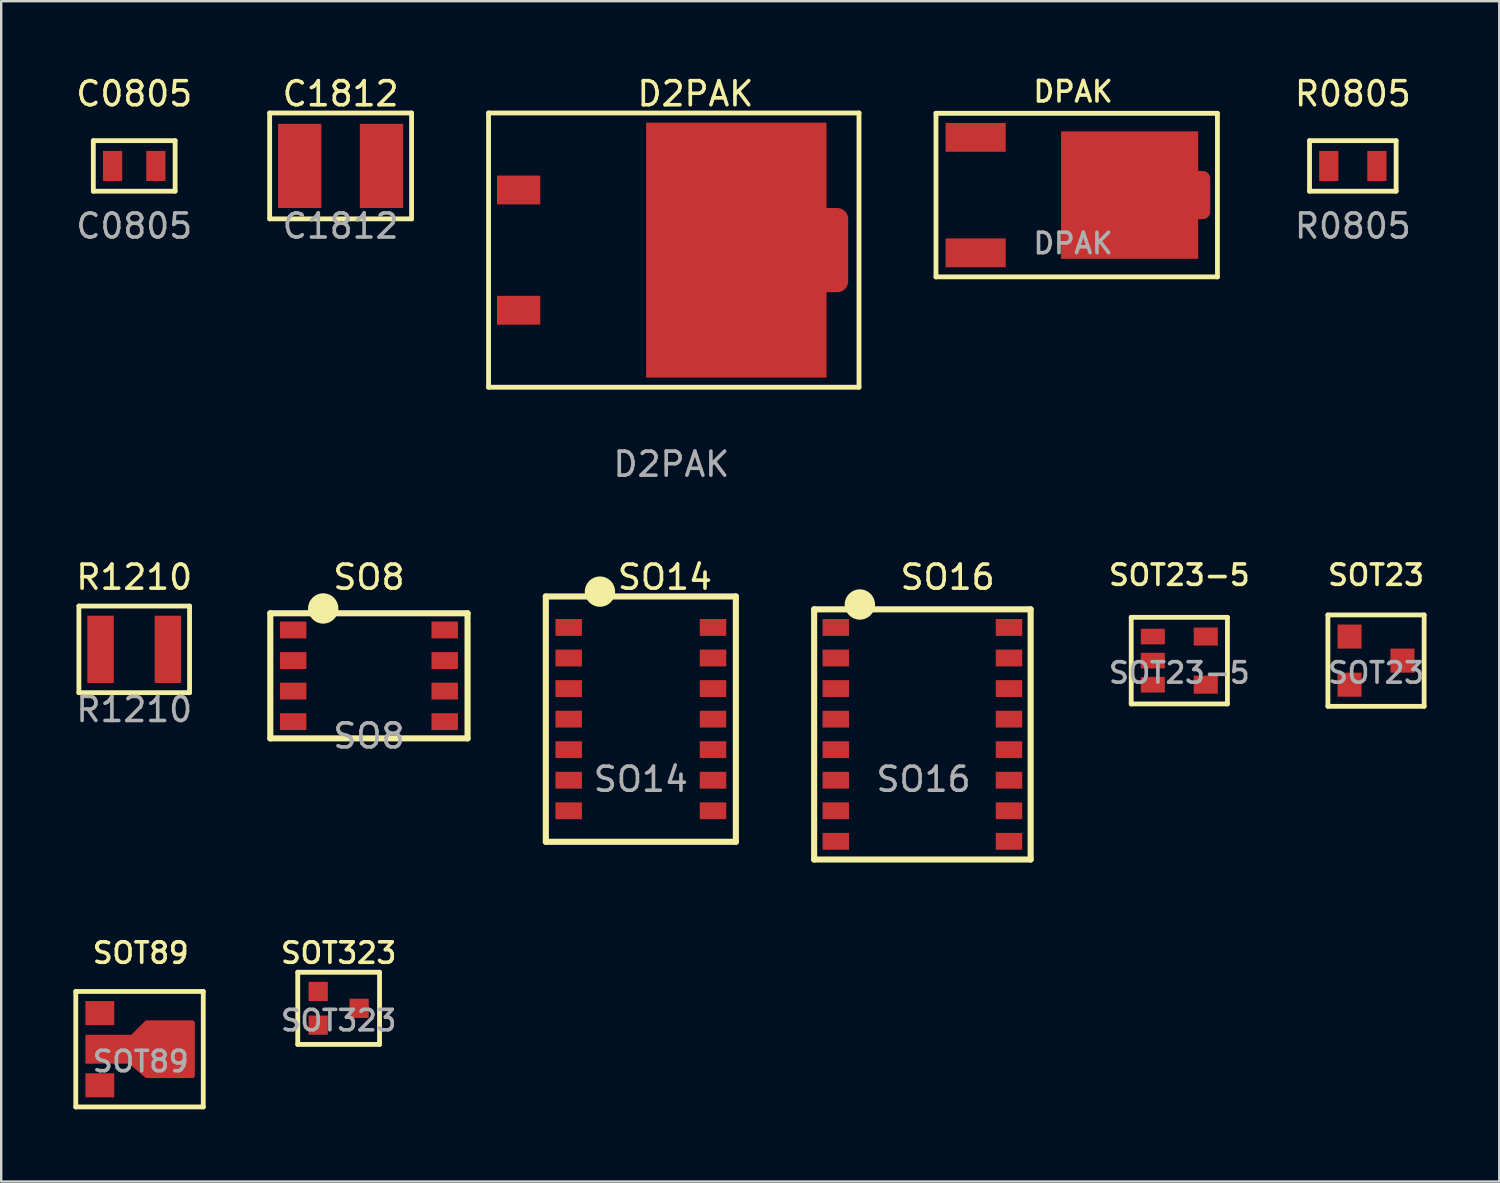
<source format=kicad_pcb>
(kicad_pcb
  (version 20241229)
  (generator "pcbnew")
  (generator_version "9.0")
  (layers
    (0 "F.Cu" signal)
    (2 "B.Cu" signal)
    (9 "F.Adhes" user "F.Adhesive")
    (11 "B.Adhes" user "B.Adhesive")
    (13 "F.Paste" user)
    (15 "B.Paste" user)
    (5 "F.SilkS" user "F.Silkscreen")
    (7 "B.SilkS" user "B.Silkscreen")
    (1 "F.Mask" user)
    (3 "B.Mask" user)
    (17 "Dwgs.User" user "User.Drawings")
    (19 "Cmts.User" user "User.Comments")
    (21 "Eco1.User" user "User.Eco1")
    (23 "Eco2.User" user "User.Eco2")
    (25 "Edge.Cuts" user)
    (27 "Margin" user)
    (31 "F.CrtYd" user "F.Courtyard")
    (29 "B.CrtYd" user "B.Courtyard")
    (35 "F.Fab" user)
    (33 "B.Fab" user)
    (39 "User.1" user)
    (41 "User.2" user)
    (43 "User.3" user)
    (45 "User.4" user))
  (footprint "C1812"
    (layer "F.Cu")
    (at 11.11 3.848)
    (property "Reference" "C1812" (at 0 -3 0) (unlocked yes) (layer "F.SilkS") (effects (font (size 1 1) (thickness 0.15))))
    (attr smd)
    (fp_line (start -2.95 -2.2) (end 2.95 -2.2) (stroke (width 0.2) (type default)) (layer "F.SilkS"))
    (fp_line (start -2.95 2.2) (end -2.95 -2.2) (stroke (width 0.2) (type default)) (layer "F.SilkS"))
    (fp_line (start -2.95 2.2) (end 2.95 2.2) (stroke (width 0.2) (type default)) (layer "F.SilkS"))
    (fp_line (start 2.95 2.2) (end 2.95 -2.2) (stroke (width 0.2) (type default)) (layer "F.SilkS"))
    (fp_text user "${REFERENCE}" (at 0 2.5 0) (unlocked yes) (layer "F.Fab") (effects (font (size 1 1) (thickness 0.15))))
    (pad "1" smd rect (at -1.7 0 90) (size 3.5 1.8) (layers "F.Cu" "F.Mask" "F.Paste"))
    (pad "2" smd rect (at 1.7 0 90) (size 3.5 1.8) (layers "F.Cu" "F.Mask" "F.Paste")))
  (footprint "R0805"
    (layer "F.Cu")
    (at 53.189 3.848)
    (property "Reference" "R0805" (at 0 -3 0) (unlocked yes) (layer "F.SilkS") (effects (font (size 1 1) (thickness 0.15))))
    (attr smd)
    (fp_line (start -1.8 -1.05) (end 1.8 -1.05) (stroke (width 0.2) (type default)) (layer "F.SilkS"))
    (fp_line (start -1.8 1.05) (end -1.8 -1.05) (stroke (width 0.2) (type default)) (layer "F.SilkS"))
    (fp_line (start -1.8 1.05) (end 1.8 1.05) (stroke (width 0.2) (type default)) (layer "F.SilkS"))
    (fp_line (start 1.8 1.05) (end 1.8 -1.05) (stroke (width 0.2) (type default)) (layer "F.SilkS"))
    (fp_text user "${REFERENCE}" (at 0 2.5 0) (unlocked yes) (layer "F.Fab") (effects (font (size 1 1) (thickness 0.15))))
    (pad "1" smd rect (at -1 0 90) (size 1.25 0.8) (layers "F.Cu" "F.Mask" "F.Paste"))
    (pad "2" smd rect (at 1 0 90) (size 1.25 0.8) (layers "F.Cu" "F.Mask" "F.Paste")))
  (footprint "D2PAK"
    (layer "F.Cu")
    (at 25.86 7.348)
    (property "Reference" "D2PAK" (at 0 -6.5 0) (unlocked yes) (layer "F.SilkS") (effects (font (size 1 1) (thickness 0.15))))
    (attr smd)
    (fp_line (start -8.6 -5.7) (end -8.6 5.7) (stroke (width 0.2) (type default)) (layer "F.SilkS"))
    (fp_line (start -8.6 -5.7) (end 6.8 -5.7) (stroke (width 0.2) (type default)) (layer "F.SilkS"))
    (fp_line (start 6.8 5.7) (end -8.6 5.7) (stroke (width 0.2) (type default)) (layer "F.SilkS"))
    (fp_line (start 6.8 5.7) (end 6.8 -5.7) (stroke (width 0.2) (type default)) (layer "F.SilkS"))
    (fp_text user "${REFERENCE}" (at -1 8.9 0) (unlocked yes) (layer "F.Fab") (effects (font (size 1 1) (thickness 0.15))))
    (pad "1" smd rect (at -7.35 -2.5) (size 1.8 1.2) (layers "F.Cu" "F.Mask" "F.Paste"))
    (pad "2" smd rect (at 1.7 0) (size 7.5 10.6) (layers "F.Cu" "F.Mask" "F.Paste"))
    (pad "2" smd roundrect (at 5.45 0) (size 1.8 3.5) (layers "F.Cu" "F.Mask" "F.Paste") (roundrect_rratio 0.25))
    (pad "3" smd rect (at -7.35 2.5) (size 1.8 1.2) (layers "F.Cu" "F.Mask" "F.Paste")))
  (footprint "SOT23-5"
    (layer "F.Cu")
    (at 45.976 24.413)
    (property "Reference" "SOT23-5" (at 0 -3.556 0) (unlocked yes) (layer "F.SilkS") (effects (font (size 0.85 0.85) (thickness 0.15))))
    (attr smd)
    (fp_line (start -2 -1.8) (end -2 1.8) (stroke (width 0.2) (type default)) (layer "F.SilkS"))
    (fp_line (start 2 -1.8) (end -2 -1.8) (stroke (width 0.2) (type default)) (layer "F.SilkS"))
    (fp_line (start 2 -1.8) (end 2 1.8) (stroke (width 0.2) (type default)) (layer "F.SilkS"))
    (fp_line (start 2 1.8) (end -2 1.8) (stroke (width 0.2) (type default)) (layer "F.SilkS"))
    (fp_text user "${REFERENCE}" (at 0 0.508 0) (unlocked yes) (layer "F.Fab") (effects (font (size 0.85 0.85) (thickness 0.15))))
    (pad "1" smd rect (at -1.1 -1 270) (size 0.65 1) (layers "F.Cu" "F.Mask" "F.Paste"))
    (pad "2" smd rect (at -1.1 0 270) (size 0.65 1) (layers "F.Cu" "F.Mask" "F.Paste"))
    (pad "3" smd rect (at -1.1 1 270) (size 0.65 1) (layers "F.Cu" "F.Mask" "F.Paste"))
    (pad "4" smd rect (at 1.1 1 270) (size 0.75 1) (layers "F.Cu" "F.Mask" "F.Paste"))
    (pad "5" smd rect (at 1.1 -1 270) (size 0.75 1) (layers "F.Cu" "F.Mask" "F.Paste")))
  (footprint "SOT23"
    (layer "F.Cu")
    (at 54.153 24.413)
    (property "Reference" "SOT23" (at 0 -3.556 0) (unlocked yes) (layer "F.SilkS") (effects (font (size 0.85 0.85) (thickness 0.15))))
    (attr smd)
    (fp_line (start -2 -1.9) (end -2 1.9) (stroke (width 0.2) (type default)) (layer "F.SilkS"))
    (fp_line (start 2 -1.9) (end -2 -1.9) (stroke (width 0.2) (type default)) (layer "F.SilkS"))
    (fp_line (start 2 -1.9) (end 2 1.9) (stroke (width 0.2) (type default)) (layer "F.SilkS"))
    (fp_line (start 2 1.9) (end -2 1.9) (stroke (width 0.2) (type default)) (layer "F.SilkS"))
    (fp_text user "${REFERENCE}" (at 0 0.508 0) (unlocked yes) (layer "F.Fab") (effects (font (size 0.85 0.85) (thickness 0.15))))
    (pad "1" smd rect (at -1.1 -1 270) (size 1 1) (layers "F.Cu" "F.Mask" "F.Paste"))
    (pad "2" smd rect (at -1.1 1 270) (size 1 1) (layers "F.Cu" "F.Mask" "F.Paste"))
    (pad "3" smd rect (at 1.1 0 270) (size 1 1) (layers "F.Cu" "F.Mask" "F.Paste")))
  (footprint "DPAK"
    (layer "F.Cu")
    (at 41.56 5.16)
    (property "Reference" "DPAK" (at 0 -4.4 0) (unlocked yes) (layer "F.SilkS") (effects (font (size 0.85 0.85) (thickness 0.15))))
    (attr smd)
    (fp_line (start -5.7 -3.5) (end -5.7 3.3) (stroke (width 0.2) (type default)) (layer "F.SilkS"))
    (fp_line (start 6 -3.5) (end -5.7 -3.5) (stroke (width 0.2) (type default)) (layer "F.SilkS"))
    (fp_line (start 6 -3.5) (end 6 3.3) (stroke (width 0.2) (type default)) (layer "F.SilkS"))
    (fp_line (start 6 3.3) (end -5.7 3.3) (stroke (width 0.2) (type default)) (layer "F.SilkS"))
    (fp_text user "${REFERENCE}" (at 0 1.908 0) (unlocked yes) (layer "F.Fab") (effects (font (size 0.85 0.85) (thickness 0.15))))
    (pad "1" smd rect (at -4.05 -2.5 270) (size 1.2 2.5) (layers "F.Cu" "F.Mask" "F.Paste"))
    (pad "2" smd rect (at 2.35 -0.1 270) (size 5.3 5.7) (layers "F.Cu" "F.Mask" "F.Paste"))
    (pad "2" smd roundrect (at 4.7 -0.1 270) (size 2 2) (layers "F.Cu" "F.Mask" "F.Paste") (roundrect_rratio 0.15))
    (pad "3" smd rect (at -4.05 2.3 270) (size 1.2 2.5) (layers "F.Cu" "F.Mask" "F.Paste")))
  (footprint "SO8"
    (layer "F.Cu")
    (at 12.287 25.045)
    (property "Reference" "SO8" (at 0 -4.1 0) (unlocked yes) (layer "F.SilkS") (effects (font (size 1 1) (thickness 0.15))))
    (attr smd)
    (fp_line (start -4.1 -2.6) (end -4.1 2.6) (stroke (width 0.254) (type default)) (layer "F.SilkS"))
    (fp_line (start -4.1 -2.6) (end 4.1 -2.6) (stroke (width 0.254) (type default)) (layer "F.SilkS"))
    (fp_line (start -4.1 2.6) (end 4.1 2.6) (stroke (width 0.254) (type default)) (layer "F.SilkS"))
    (fp_line (start 4.1 -2.6) (end 4.1 2.6) (stroke (width 0.254) (type default)) (layer "F.SilkS"))
    (fp_circle (center -1.9 -2.8) (end -1.4 -2.739) (stroke (width 0.254) (type solid)) (fill yes) (layer "F.SilkS"))
    (fp_text user "${REFERENCE}" (at 0 2.5 0) (unlocked yes) (layer "F.Fab") (effects (font (size 1 1) (thickness 0.15))))
    (pad "1" smd rect (at -3.15 -1.905) (size 1.1 0.7) (layers "F.Cu" "F.Mask" "F.Paste"))
    (pad "2" smd rect (at -3.15 -0.635) (size 1.1 0.7) (layers "F.Cu" "F.Mask" "F.Paste"))
    (pad "3" smd rect (at -3.15 0.635) (size 1.1 0.7) (layers "F.Cu" "F.Mask" "F.Paste"))
    (pad "4" smd rect (at -3.15 1.905) (size 1.1 0.7) (layers "F.Cu" "F.Mask" "F.Paste"))
    (pad "5" smd rect (at 3.15 1.905) (size 1.1 0.7) (layers "F.Cu" "F.Mask" "F.Paste"))
    (pad "6" smd rect (at 3.15 0.635) (size 1.1 0.7) (layers "F.Cu" "F.Mask" "F.Paste"))
    (pad "7" smd rect (at 3.15 -0.635) (size 1.1 0.7) (layers "F.Cu" "F.Mask" "F.Paste"))
    (pad "8" smd rect (at 3.15 -1.905) (size 1.1 0.7) (layers "F.Cu" "F.Mask" "F.Paste")))
  (footprint "C0805"
    (layer "F.Cu")
    (at 2.53 3.848)
    (property "Reference" "C0805" (at 0 -3 0) (unlocked yes) (layer "F.SilkS") (effects (font (size 1 1) (thickness 0.15))))
    (attr smd)
    (fp_line (start -1.7 -1.05) (end 1.7 -1.05) (stroke (width 0.2) (type default)) (layer "F.SilkS"))
    (fp_line (start -1.7 1.05) (end -1.7 -1.05) (stroke (width 0.2) (type default)) (layer "F.SilkS"))
    (fp_line (start -1.7 1.05) (end 1.7 1.05) (stroke (width 0.2) (type default)) (layer "F.SilkS"))
    (fp_line (start 1.7 1.05) (end 1.7 -1.05) (stroke (width 0.2) (type default)) (layer "F.SilkS"))
    (fp_text user "${REFERENCE}" (at 0 2.5 0) (unlocked yes) (layer "F.Fab") (effects (font (size 1 1) (thickness 0.15))))
    (pad "1" smd rect (at -0.9 0 90) (size 1.25 0.8) (layers "F.Cu" "F.Mask" "F.Paste"))
    (pad "2" smd rect (at 0.9 0 90) (size 1.25 0.8) (layers "F.Cu" "F.Mask" "F.Paste")))
  (footprint "R1210"
    (layer "F.Cu")
    (at 2.53 23.945)
    (property "Reference" "R1210" (at 0 -3 0) (unlocked yes) (layer "F.SilkS") (effects (font (size 1 1) (thickness 0.15))))
    (attr smd)
    (fp_line (start -2.3 -1.8) (end 2.3 -1.8) (stroke (width 0.2) (type default)) (layer "F.SilkS"))
    (fp_line (start -2.3 1.8) (end -2.3 -1.8) (stroke (width 0.2) (type default)) (layer "F.SilkS"))
    (fp_line (start -2.3 1.8) (end 2.3 1.8) (stroke (width 0.2) (type default)) (layer "F.SilkS"))
    (fp_line (start 2.3 1.8) (end 2.3 -1.8) (stroke (width 0.2) (type default)) (layer "F.SilkS"))
    (fp_text user "${REFERENCE}" (at 0 2.5 0) (unlocked yes) (layer "F.Fab") (effects (font (size 1 1) (thickness 0.15))))
    (pad "1" smd rect (at -1.4 0 90) (size 2.8 1.1) (layers "F.Cu" "F.Mask" "F.Paste"))
    (pad "2" smd rect (at 1.4 0 90) (size 2.8 1.1) (layers "F.Cu" "F.Mask" "F.Paste")))
  (footprint "SOT323"
    (layer "F.Cu")
    (at 11.028 38.867)
    (property "Reference" "SOT323" (at 0 -2.3 0) (unlocked yes) (layer "F.SilkS") (effects (font (size 0.85 0.85) (thickness 0.15))))
    (attr smd)
    (fp_line (start -1.7 -1.5) (end -1.7 1.5) (stroke (width 0.2) (type default)) (layer "F.SilkS"))
    (fp_line (start 1.7 -1.5) (end -1.7 -1.5) (stroke (width 0.2) (type default)) (layer "F.SilkS"))
    (fp_line (start 1.7 -1.5) (end 1.7 1.5) (stroke (width 0.2) (type default)) (layer "F.SilkS"))
    (fp_line (start 1.7 1.5) (end -1.7 1.5) (stroke (width 0.2) (type default)) (layer "F.SilkS"))
    (fp_text user "${REFERENCE}" (at 0 0.508 0) (unlocked yes) (layer "F.Fab") (effects (font (size 0.85 0.85) (thickness 0.15))))
    (pad "1" smd rect (at -0.85 -0.7 270) (size 0.8 0.8) (layers "F.Cu" "F.Mask" "F.Paste"))
    (pad "2" smd rect (at -0.85 0.7 270) (size 0.8 0.8) (layers "F.Cu" "F.Mask" "F.Paste"))
    (pad "3" smd rect (at 0.85 0 270) (size 0.8 0.8) (layers "F.Cu" "F.Mask" "F.Paste")))
  (footprint "SO14"
    (layer "F.Cu")
    (at 23.591 26.845)
    (property "Reference" "SO14" (at 1 -5.9 0) (unlocked yes) (layer "F.SilkS") (effects (font (size 1 1) (thickness 0.15))))
    (attr smd)
    (fp_line (start -3.95 -5.1) (end -3.95 5.1) (stroke (width 0.254) (type default)) (layer "F.SilkS"))
    (fp_line (start -3.95 -5.1) (end 3.95 -5.1) (stroke (width 0.254) (type default)) (layer "F.SilkS"))
    (fp_line (start -3.95 5.1) (end 3.95 5.1) (stroke (width 0.254) (type default)) (layer "F.SilkS"))
    (fp_line (start 3.95 -5.1) (end 3.95 5.1) (stroke (width 0.254) (type default)) (layer "F.SilkS"))
    (fp_circle (center -1.7 -5.3) (end -1.2 -5.239) (stroke (width 0.254) (type solid)) (fill yes) (layer "F.SilkS"))
    (fp_text user "${REFERENCE}" (at 0 2.5 0) (unlocked yes) (layer "F.Fab") (effects (font (size 1 1) (thickness 0.15))))
    (pad "1" smd rect (at -3 -3.81) (size 1.1 0.7) (layers "F.Cu" "F.Mask" "F.Paste"))
    (pad "2" smd rect (at -3 -2.54) (size 1.1 0.7) (layers "F.Cu" "F.Mask" "F.Paste"))
    (pad "3" smd rect (at -3 -1.27) (size 1.1 0.7) (layers "F.Cu" "F.Mask" "F.Paste"))
    (pad "4" smd rect (at -3 0) (size 1.1 0.7) (layers "F.Cu" "F.Mask" "F.Paste"))
    (pad "5" smd rect (at -3 1.27) (size 1.1 0.7) (layers "F.Cu" "F.Mask" "F.Paste"))
    (pad "6" smd rect (at -3 2.54) (size 1.1 0.7) (layers "F.Cu" "F.Mask" "F.Paste"))
    (pad "7" smd rect (at -3 3.81) (size 1.1 0.7) (layers "F.Cu" "F.Mask" "F.Paste"))
    (pad "8" smd rect (at 3 3.81) (size 1.1 0.7) (layers "F.Cu" "F.Mask" "F.Paste"))
    (pad "9" smd rect (at 3 2.54) (size 1.1 0.7) (layers "F.Cu" "F.Mask" "F.Paste"))
    (pad "10" smd rect (at 3 1.27) (size 1.1 0.7) (layers "F.Cu" "F.Mask" "F.Paste"))
    (pad "11" smd rect (at 3 0) (size 1.1 0.7) (layers "F.Cu" "F.Mask" "F.Paste"))
    (pad "12" smd rect (at 3 -1.27) (size 1.1 0.7) (layers "F.Cu" "F.Mask" "F.Paste"))
    (pad "13" smd rect (at 3 -2.54) (size 1.1 0.7) (layers "F.Cu" "F.Mask" "F.Paste"))
    (pad "14" smd rect (at 3 -3.81) (size 1.1 0.7) (layers "F.Cu" "F.Mask" "F.Paste")))
  (footprint "SOT89"
    (layer "F.Cu")
    (at 2.8 40.567)
    (property "Reference" "SOT89" (at 0 -4 0) (unlocked yes) (layer "F.SilkS") (effects (font (size 0.85 0.85) (thickness 0.15))))
    (attr smd)
    (fp_line (start -2.7 -2.4) (end -2.7 2.4) (stroke (width 0.2) (type default)) (layer "F.SilkS"))
    (fp_line (start 2.6 -2.4) (end -2.7 -2.4) (stroke (width 0.2) (type default)) (layer "F.SilkS"))
    (fp_line (start 2.6 -2.4) (end 2.6 2.4) (stroke (width 0.2) (type default)) (layer "F.SilkS"))
    (fp_line (start 2.6 2.4) (end -2.7 2.4) (stroke (width 0.2) (type default)) (layer "F.SilkS"))
    (fp_text user "${REFERENCE}" (at 0 0.508 0) (unlocked yes) (layer "F.Fab") (effects (font (size 0.85 0.85) (thickness 0.15))))
    (pad "1" smd rect (at -1.7 -1.5 270) (size 1 1.2) (layers "F.Cu" "F.Mask" "F.Paste"))
    (pad "2" smd custom (at -0.05 0) (size 4.5 1.2) (layers "F.Cu" "F.Mask" "F.Paste") (options (anchor rect)) (primitives (gr_poly (pts (xy -2 -0.4) (xy -0.4 -0.4) (xy 0.3 -1.1) (xy 2.2 -1.1) (xy 2.2 1.1) (xy 0.3 1.1) (xy -0.4 0.5) (xy -2 0.5)) (width 0.2) (fill yes))))
    (pad "3" smd rect (at -1.7 1.5 270) (size 1 1.2) (layers "F.Cu" "F.Mask" "F.Paste")))
  (footprint "SO16"
    (layer "F.Cu")
    (at 35.295 27.48)
    (property "Reference" "SO16" (at 1.048 -6.535 0) (unlocked yes) (layer "F.SilkS") (effects (font (size 1 1) (thickness 0.15))))
    (attr smd)
    (fp_line (start -4.5 -5.2) (end -4.5 5.2) (stroke (width 0.254) (type default)) (layer "F.SilkS"))
    (fp_line (start -4.5 -5.2) (end 4.5 -5.2) (stroke (width 0.254) (type default)) (layer "F.SilkS"))
    (fp_line (start -4.5 5.2) (end 4.5 5.2) (stroke (width 0.254) (type default)) (layer "F.SilkS"))
    (fp_line (start 4.5 -5.2) (end 4.5 5.2) (stroke (width 0.254) (type default)) (layer "F.SilkS"))
    (fp_circle (center -2.6 -5.4) (end -2.1 -5.339) (stroke (width 0.254) (type solid)) (fill yes) (layer "F.SilkS"))
    (fp_text user "${REFERENCE}" (at 0.048 1.865 0) (unlocked yes) (layer "F.Fab") (effects (font (size 1 1) (thickness 0.15))))
    (pad "1" smd rect (at -3.6 -4.445) (size 1.1 0.7) (layers "F.Cu" "F.Mask" "F.Paste"))
    (pad "2" smd rect (at -3.6 -3.175) (size 1.1 0.7) (layers "F.Cu" "F.Mask" "F.Paste"))
    (pad "3" smd rect (at -3.6 -1.905) (size 1.1 0.7) (layers "F.Cu" "F.Mask" "F.Paste"))
    (pad "4" smd rect (at -3.6 -0.635) (size 1.1 0.7) (layers "F.Cu" "F.Mask" "F.Paste"))
    (pad "5" smd rect (at -3.6 0.635) (size 1.1 0.7) (layers "F.Cu" "F.Mask" "F.Paste"))
    (pad "6" smd rect (at -3.6 1.905) (size 1.1 0.7) (layers "F.Cu" "F.Mask" "F.Paste"))
    (pad "7" smd rect (at -3.6 3.175) (size 1.1 0.7) (layers "F.Cu" "F.Mask" "F.Paste"))
    (pad "8" smd rect (at -3.6 4.445) (size 1.1 0.7) (layers "F.Cu" "F.Mask" "F.Paste"))
    (pad "9" smd rect (at 3.6 4.445) (size 1.1 0.7) (layers "F.Cu" "F.Mask" "F.Paste"))
    (pad "10" smd rect (at 3.6 3.175) (size 1.1 0.7) (layers "F.Cu" "F.Mask" "F.Paste"))
    (pad "11" smd rect (at 3.6 1.905) (size 1.1 0.7) (layers "F.Cu" "F.Mask" "F.Paste"))
    (pad "12" smd rect (at 3.6 0.635) (size 1.1 0.7) (layers "F.Cu" "F.Mask" "F.Paste"))
    (pad "13" smd rect (at 3.6 -0.635) (size 1.1 0.7) (layers "F.Cu" "F.Mask" "F.Paste"))
    (pad "14" smd rect (at 3.6 -1.905) (size 1.1 0.7) (layers "F.Cu" "F.Mask" "F.Paste"))
    (pad "15" smd rect (at 3.6 -3.175) (size 1.1 0.7) (layers "F.Cu" "F.Mask" "F.Paste"))
    (pad "16" smd rect (at 3.6 -4.445) (size 1.1 0.7) (layers "F.Cu" "F.Mask" "F.Paste")))
  (gr_rect
    (start -3 -3)
    (end 59.277 46.067)
    (stroke (width 0.1) (type default))
    (fill no)
    (layer "Edge.Cuts")))
</source>
